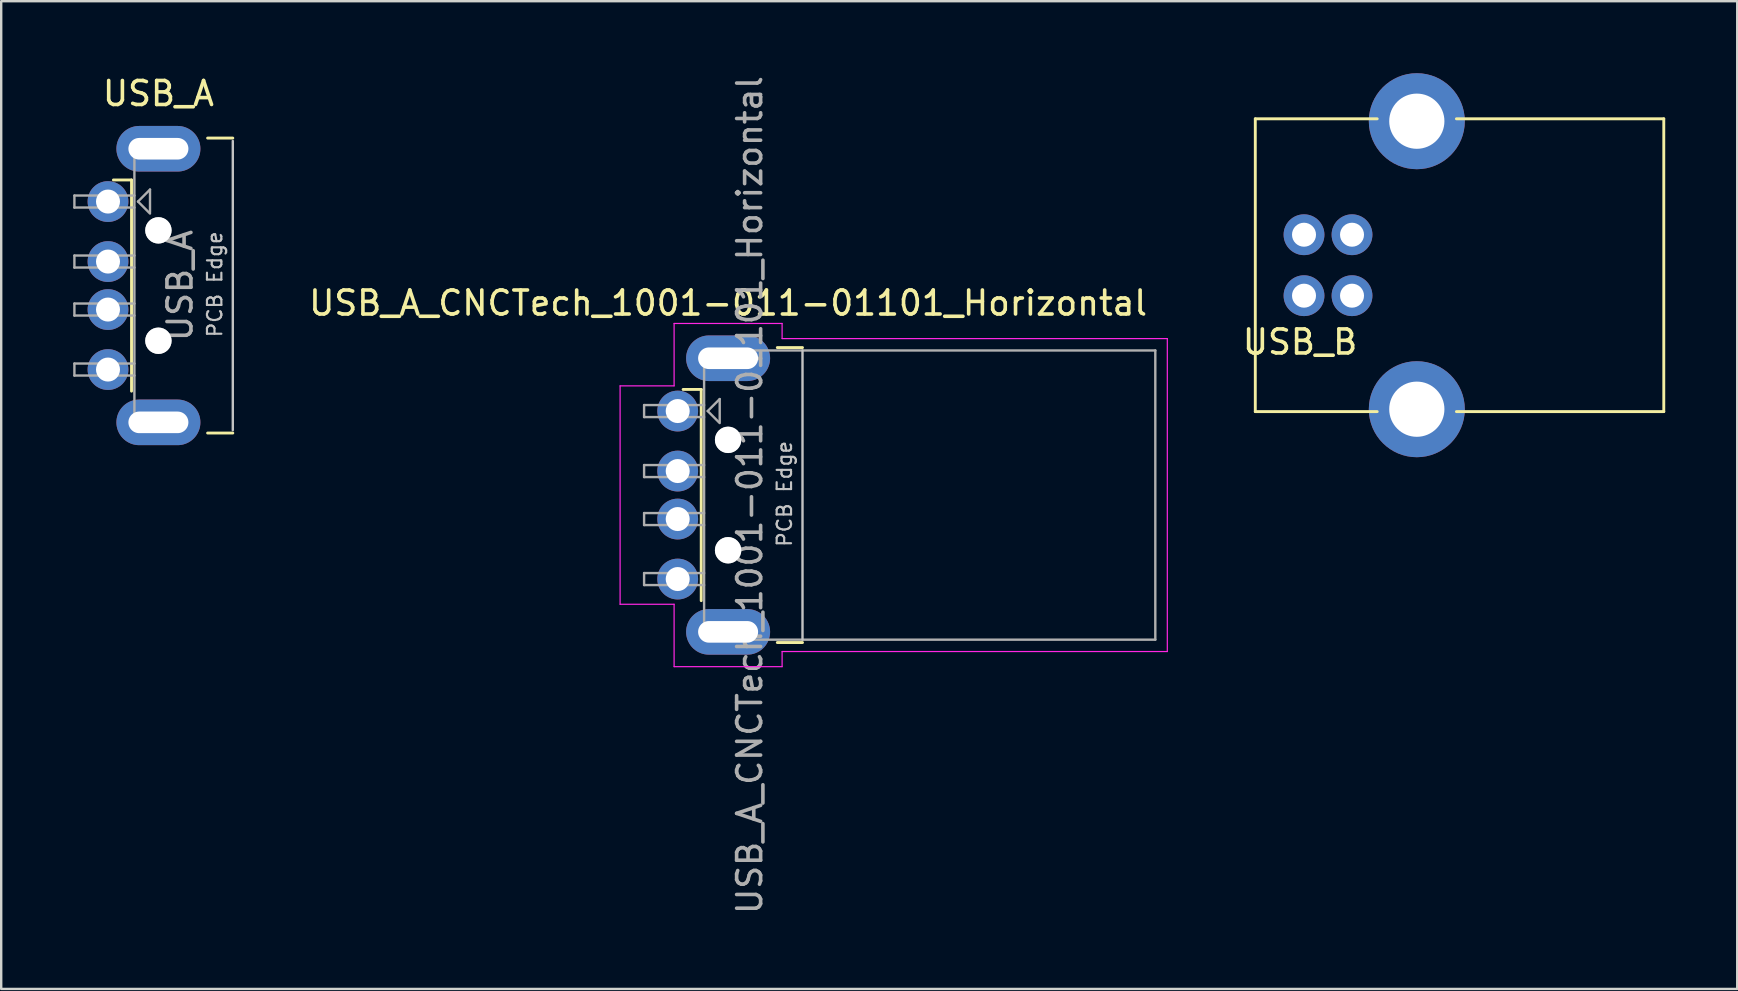
<source format=kicad_pcb>
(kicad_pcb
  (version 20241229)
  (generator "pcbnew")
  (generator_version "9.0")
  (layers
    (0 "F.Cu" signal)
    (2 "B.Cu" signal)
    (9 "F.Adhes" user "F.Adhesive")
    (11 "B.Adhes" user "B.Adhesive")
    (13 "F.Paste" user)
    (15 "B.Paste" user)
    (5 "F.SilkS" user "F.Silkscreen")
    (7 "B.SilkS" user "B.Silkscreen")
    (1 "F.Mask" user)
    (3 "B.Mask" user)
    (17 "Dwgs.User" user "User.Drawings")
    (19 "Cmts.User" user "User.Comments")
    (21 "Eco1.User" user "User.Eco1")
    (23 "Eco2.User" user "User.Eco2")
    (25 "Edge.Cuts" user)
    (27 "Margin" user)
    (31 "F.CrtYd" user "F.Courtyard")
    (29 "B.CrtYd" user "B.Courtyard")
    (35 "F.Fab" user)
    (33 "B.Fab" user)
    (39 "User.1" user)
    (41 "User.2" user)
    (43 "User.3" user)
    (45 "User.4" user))
  (footprint "USB_A_CNCTech_1001-011-01101_Horizontal"
    (layer "F.Cu")
    (at 25.187 17.577)
    (property "Reference" "USB_A_CNCTech_1001-011-01101_Horizontal" (at 2.1 -8 0) (layer "F.SilkS") (effects (font (size 1 1) (thickness 0.15))))
    (attr smd)
    (fp_line (start 0.98 -4.4) (end 0.225 -4.4) (stroke (width 0.12) (type solid)) (layer "F.SilkS"))
    (fp_line (start 0.98 -4.4) (end 0.98 4.4) (stroke (width 0.12) (type solid)) (layer "F.SilkS"))
    (fp_line (start 4.15 -6.145) (end 5.2 -6.145) (stroke (width 0.12) (type solid)) (layer "F.SilkS"))
    (fp_line (start 4.15 6.145) (end 5.2 6.145) (stroke (width 0.12) (type solid)) (layer "F.SilkS"))
    (fp_line (start 5.2 6.025) (end 5.2 -6.025) (stroke (width 0.1) (type solid)) (layer "Dwgs.User"))
    (fp_line (start -2.4 -4.55) (end -0.15 -4.55) (stroke (width 0.05) (type solid)) (layer "F.CrtYd"))
    (fp_line (start -2.4 4.55) (end -2.4 -4.55) (stroke (width 0.05) (type solid)) (layer "F.CrtYd"))
    (fp_line (start -2.4 4.55) (end -0.15 4.55) (stroke (width 0.05) (type solid)) (layer "F.CrtYd"))
    (fp_line (start -0.15 -7.15) (end -0.15 -4.55) (stroke (width 0.05) (type solid)) (layer "F.CrtYd"))
    (fp_line (start -0.15 -7.15) (end 4.35 -7.15) (stroke (width 0.05) (type solid)) (layer "F.CrtYd"))
    (fp_line (start -0.15 4.55) (end -0.15 7.15) (stroke (width 0.05) (type solid)) (layer "F.CrtYd"))
    (fp_line (start -0.15 7.15) (end 4.35 7.15) (stroke (width 0.05) (type solid)) (layer "F.CrtYd"))
    (fp_line (start 4.35 -6.52) (end 4.35 -7.15) (stroke (width 0.05) (type solid)) (layer "F.CrtYd"))
    (fp_line (start 4.35 -6.52) (end 20.4 -6.52) (stroke (width 0.05) (type solid)) (layer "F.CrtYd"))
    (fp_line (start 4.35 6.52) (end 20.4 6.52) (stroke (width 0.05) (type solid)) (layer "F.CrtYd"))
    (fp_line (start 4.35 7.15) (end 4.35 6.52) (stroke (width 0.05) (type solid)) (layer "F.CrtYd"))
    (fp_line (start 20.4 6.52) (end 20.4 -6.52) (stroke (width 0.05) (type solid)) (layer "F.CrtYd"))
    (fp_line (start -1.4 -3.75) (end 1.1 -3.75) (stroke (width 0.1) (type solid)) (layer "F.Fab"))
    (fp_line (start -1.4 -3.25) (end -1.4 -3.75) (stroke (width 0.1) (type solid)) (layer "F.Fab"))
    (fp_line (start -1.4 -3.25) (end 1.1 -3.25) (stroke (width 0.1) (type solid)) (layer "F.Fab"))
    (fp_line (start -1.4 -1.25) (end 1.1 -1.25) (stroke (width 0.1) (type solid)) (layer "F.Fab"))
    (fp_line (start -1.4 -0.75) (end -1.4 -1.25) (stroke (width 0.1) (type solid)) (layer "F.Fab"))
    (fp_line (start -1.4 -0.75) (end 1.1 -0.75) (stroke (width 0.1) (type solid)) (layer "F.Fab"))
    (fp_line (start -1.4 0.75) (end 1.1 0.75) (stroke (width 0.1) (type solid)) (layer "F.Fab"))
    (fp_line (start -1.4 1.25) (end -1.4 0.75) (stroke (width 0.1) (type solid)) (layer "F.Fab"))
    (fp_line (start -1.4 1.25) (end 1.1 1.25) (stroke (width 0.1) (type solid)) (layer "F.Fab"))
    (fp_line (start -1.4 3.25) (end 1.1 3.25) (stroke (width 0.1) (type solid)) (layer "F.Fab"))
    (fp_line (start -1.4 3.75) (end -1.4 3.25) (stroke (width 0.1) (type solid)) (layer "F.Fab"))
    (fp_line (start -1.4 3.75) (end 1.1 3.75) (stroke (width 0.1) (type solid)) (layer "F.Fab"))
    (fp_line (start 1.1 -6.025) (end 19.9 -6.025) (stroke (width 0.1) (type solid)) (layer "F.Fab"))
    (fp_line (start 1.1 6.025) (end 1.1 -6.025) (stroke (width 0.1) (type solid)) (layer "F.Fab"))
    (fp_line (start 1.1 6.025) (end 19.9 6.025) (stroke (width 0.1) (type solid)) (layer "F.Fab"))
    (fp_line (start 1.25 -3.5) (end 1.75 -4) (stroke (width 0.1) (type solid)) (layer "F.Fab"))
    (fp_line (start 1.25 -3.5) (end 1.75 -3) (stroke (width 0.1) (type solid)) (layer "F.Fab"))
    (fp_line (start 1.75 -4) (end 1.75 -3.05) (stroke (width 0.1) (type solid)) (layer "F.Fab"))
    (fp_line (start 19.9 6.025) (end 19.9 -6.025) (stroke (width 0.1) (type solid)) (layer "F.Fab"))
    (fp_circle (center 2.1 -2.3) (end 2.1 -2.8) (stroke (width 0.1) (type solid)) (fill no) (layer "F.Fab"))
    (fp_circle (center 2.1 2.3) (end 2.1 2.8) (stroke (width 0.1) (type solid)) (fill no) (layer "F.Fab"))
    (fp_text user "PCB Edge" (at 4.45 -0.05 90) (layer "Dwgs.User") (effects (font (size 0.6 0.6) (thickness 0.09))))
    (fp_text user "${REFERENCE}" (at 3 0 90) (layer "F.Fab") (effects (font (size 1 1) (thickness 0.15))))
    (pad "" np_thru_hole circle (at 2.1 -2.3) (size 1.1 1.1) (drill 1.1) (layers "*.Cu" "*.Mask"))
    (pad "" np_thru_hole circle (at 2.1 2.3) (size 1.1 1.1) (drill 1.1) (layers "*.Cu" "*.Mask"))
    (pad "1" thru_hole circle (at 0 -3.5) (size 1.7 1.7) (drill 1) (layers "*.Cu" "*.Mask"))
    (pad "2" thru_hole circle (at 0 -1) (size 1.7 1.7) (drill 1) (layers "*.Cu" "*.Mask"))
    (pad "3" thru_hole circle (at 0 1) (size 1.7 1.7) (drill 1) (layers "*.Cu" "*.Mask"))
    (pad "4" thru_hole circle (at 0 3.5) (size 1.7 1.7) (drill 1) (layers "*.Cu" "*.Mask"))
    (pad "5" thru_hole oval (at 2.1 -5.7) (size 3.5 1.9) (drill oval 2.5 0.9) (layers "*.Cu" "*.Mask"))
    (pad "5" thru_hole oval (at 2.1 5.7) (size 3.5 1.9) (drill oval 2.5 0.9) (layers "*.Cu" "*.Mask")))
  (footprint "USB_A"
    (layer "F.Cu")
    (at 1.45 8.848)
    (property "Reference" "USB_A" (at 2.1 -8 0) (layer "F.SilkS") (effects (font (size 1 1) (thickness 0.15))))
    (attr smd)
    (fp_line (start 0.98 -4.4) (end 0.225 -4.4) (stroke (width 0.12) (type solid)) (layer "F.SilkS"))
    (fp_line (start 0.98 -4.4) (end 0.98 4.4) (stroke (width 0.12) (type solid)) (layer "F.SilkS"))
    (fp_line (start 4.15 -6.145) (end 5.2 -6.145) (stroke (width 0.12) (type solid)) (layer "F.SilkS"))
    (fp_line (start 4.15 6.145) (end 5.2 6.145) (stroke (width 0.12) (type solid)) (layer "F.SilkS"))
    (fp_line (start 5.2 6.025) (end 5.2 -6.025) (stroke (width 0.1) (type solid)) (layer "Dwgs.User"))
    (fp_line (start -1.4 -3.75) (end 1.1 -3.75) (stroke (width 0.1) (type solid)) (layer "F.Fab"))
    (fp_line (start -1.4 -3.25) (end -1.4 -3.75) (stroke (width 0.1) (type solid)) (layer "F.Fab"))
    (fp_line (start -1.4 -3.25) (end 1.1 -3.25) (stroke (width 0.1) (type solid)) (layer "F.Fab"))
    (fp_line (start -1.4 -1.25) (end 1.1 -1.25) (stroke (width 0.1) (type solid)) (layer "F.Fab"))
    (fp_line (start -1.4 -0.75) (end -1.4 -1.25) (stroke (width 0.1) (type solid)) (layer "F.Fab"))
    (fp_line (start -1.4 -0.75) (end 1.1 -0.75) (stroke (width 0.1) (type solid)) (layer "F.Fab"))
    (fp_line (start -1.4 0.75) (end 1.1 0.75) (stroke (width 0.1) (type solid)) (layer "F.Fab"))
    (fp_line (start -1.4 1.25) (end -1.4 0.75) (stroke (width 0.1) (type solid)) (layer "F.Fab"))
    (fp_line (start -1.4 1.25) (end 1.1 1.25) (stroke (width 0.1) (type solid)) (layer "F.Fab"))
    (fp_line (start -1.4 3.25) (end 1.1 3.25) (stroke (width 0.1) (type solid)) (layer "F.Fab"))
    (fp_line (start -1.4 3.75) (end -1.4 3.25) (stroke (width 0.1) (type solid)) (layer "F.Fab"))
    (fp_line (start -1.4 3.75) (end 1.1 3.75) (stroke (width 0.1) (type solid)) (layer "F.Fab"))
    (fp_line (start 1.1 6.025) (end 1.1 -6.025) (stroke (width 0.1) (type solid)) (layer "F.Fab"))
    (fp_line (start 1.25 -3.5) (end 1.75 -4) (stroke (width 0.1) (type solid)) (layer "F.Fab"))
    (fp_line (start 1.25 -3.5) (end 1.75 -3) (stroke (width 0.1) (type solid)) (layer "F.Fab"))
    (fp_line (start 1.75 -4) (end 1.75 -3.05) (stroke (width 0.1) (type solid)) (layer "F.Fab"))
    (fp_circle (center 2.1 -2.3) (end 2.1 -2.8) (stroke (width 0.1) (type solid)) (fill no) (layer "F.Fab"))
    (fp_circle (center 2.1 2.3) (end 2.1 2.8) (stroke (width 0.1) (type solid)) (fill no) (layer "F.Fab"))
    (fp_text user "PCB Edge" (at 4.45 -0.05 90) (layer "Dwgs.User") (effects (font (size 0.6 0.6) (thickness 0.09))))
    (fp_text user "${REFERENCE}" (at 3 0 90) (layer "F.Fab") (effects (font (size 1 1) (thickness 0.15))))
    (pad "" np_thru_hole circle (at 2.1 -2.3) (size 1.1 1.1) (drill 1.1) (layers "*.Cu" "*.Mask"))
    (pad "" np_thru_hole circle (at 2.1 2.3) (size 1.1 1.1) (drill 1.1) (layers "*.Cu" "*.Mask"))
    (pad "1" thru_hole circle (at 0 -3.5) (size 1.7 1.7) (drill 1) (layers "*.Cu" "*.Mask"))
    (pad "2" thru_hole circle (at 0 -1) (size 1.7 1.7) (drill 1) (layers "*.Cu" "*.Mask"))
    (pad "3" thru_hole circle (at 0 1) (size 1.7 1.7) (drill 1) (layers "*.Cu" "*.Mask"))
    (pad "4" thru_hole circle (at 0 3.5) (size 1.7 1.7) (drill 1) (layers "*.Cu" "*.Mask"))
    (pad "5" thru_hole oval (at 2.1 -5.7) (size 3.5 1.9) (drill oval 2.5 0.9) (layers "*.Cu" "*.Mask"))
    (pad "5" thru_hole oval (at 2.1 5.7) (size 3.5 1.9) (drill oval 2.5 0.9) (layers "*.Cu" "*.Mask")))
  (footprint "USB_B"
    (layer "F.Cu")
    (at 51.283 8)
    (property "Reference" "USB_B" (at -0.165 3.2 180) (layer "F.SilkS") (effects (font (size 1 1) (thickness 0.15))))
    (attr through_hole)
    (fp_line (start -2.03 -6.1) (end 3.05 -6.1) (stroke (width 0.12) (type solid)) (layer "F.SilkS"))
    (fp_line (start -2.03 6.1) (end -2.03 -6.1) (stroke (width 0.12) (type solid)) (layer "F.SilkS"))
    (fp_line (start -2.03 6.1) (end 3.05 6.1) (stroke (width 0.12) (type solid)) (layer "F.SilkS"))
    (fp_line (start 6.35 -6.1) (end 14.99 -6.1) (stroke (width 0.12) (type solid)) (layer "F.SilkS"))
    (fp_line (start 6.35 6.1) (end 14.99 6.1) (stroke (width 0.12) (type solid)) (layer "F.SilkS"))
    (fp_line (start 14.99 -6.1) (end 14.99 6.1) (stroke (width 0.12) (type solid)) (layer "F.SilkS"))
    (pad "1" thru_hole circle (at 0 -1.27 270) (size 1.7 1.7) (drill 1) (layers "*.Cu" "*.Mask"))
    (pad "2" thru_hole circle (at 0 1.27 270) (size 1.7 1.7) (drill 1) (layers "*.Cu" "*.Mask"))
    (pad "3" thru_hole circle (at 2 1.27 270) (size 1.7 1.7) (drill 1) (layers "*.Cu" "*.Mask"))
    (pad "4" thru_hole circle (at 2 -1.27 270) (size 1.7 1.7) (drill 1) (layers "*.Cu" "*.Mask"))
    (pad "5" thru_hole circle (at 4.7 -6 270) (size 4 4) (drill 2.3) (layers "*.Cu" "*.Mask"))
    (pad "5" thru_hole circle (at 4.7 6 270) (size 4 4) (drill 2.3) (layers "*.Cu" "*.Mask")))
  (gr_rect
    (start -3 -3)
    (end 69.333 38.155)
    (stroke (width 0.1) (type default))
    (fill no)
    (layer "Edge.Cuts")))
</source>
